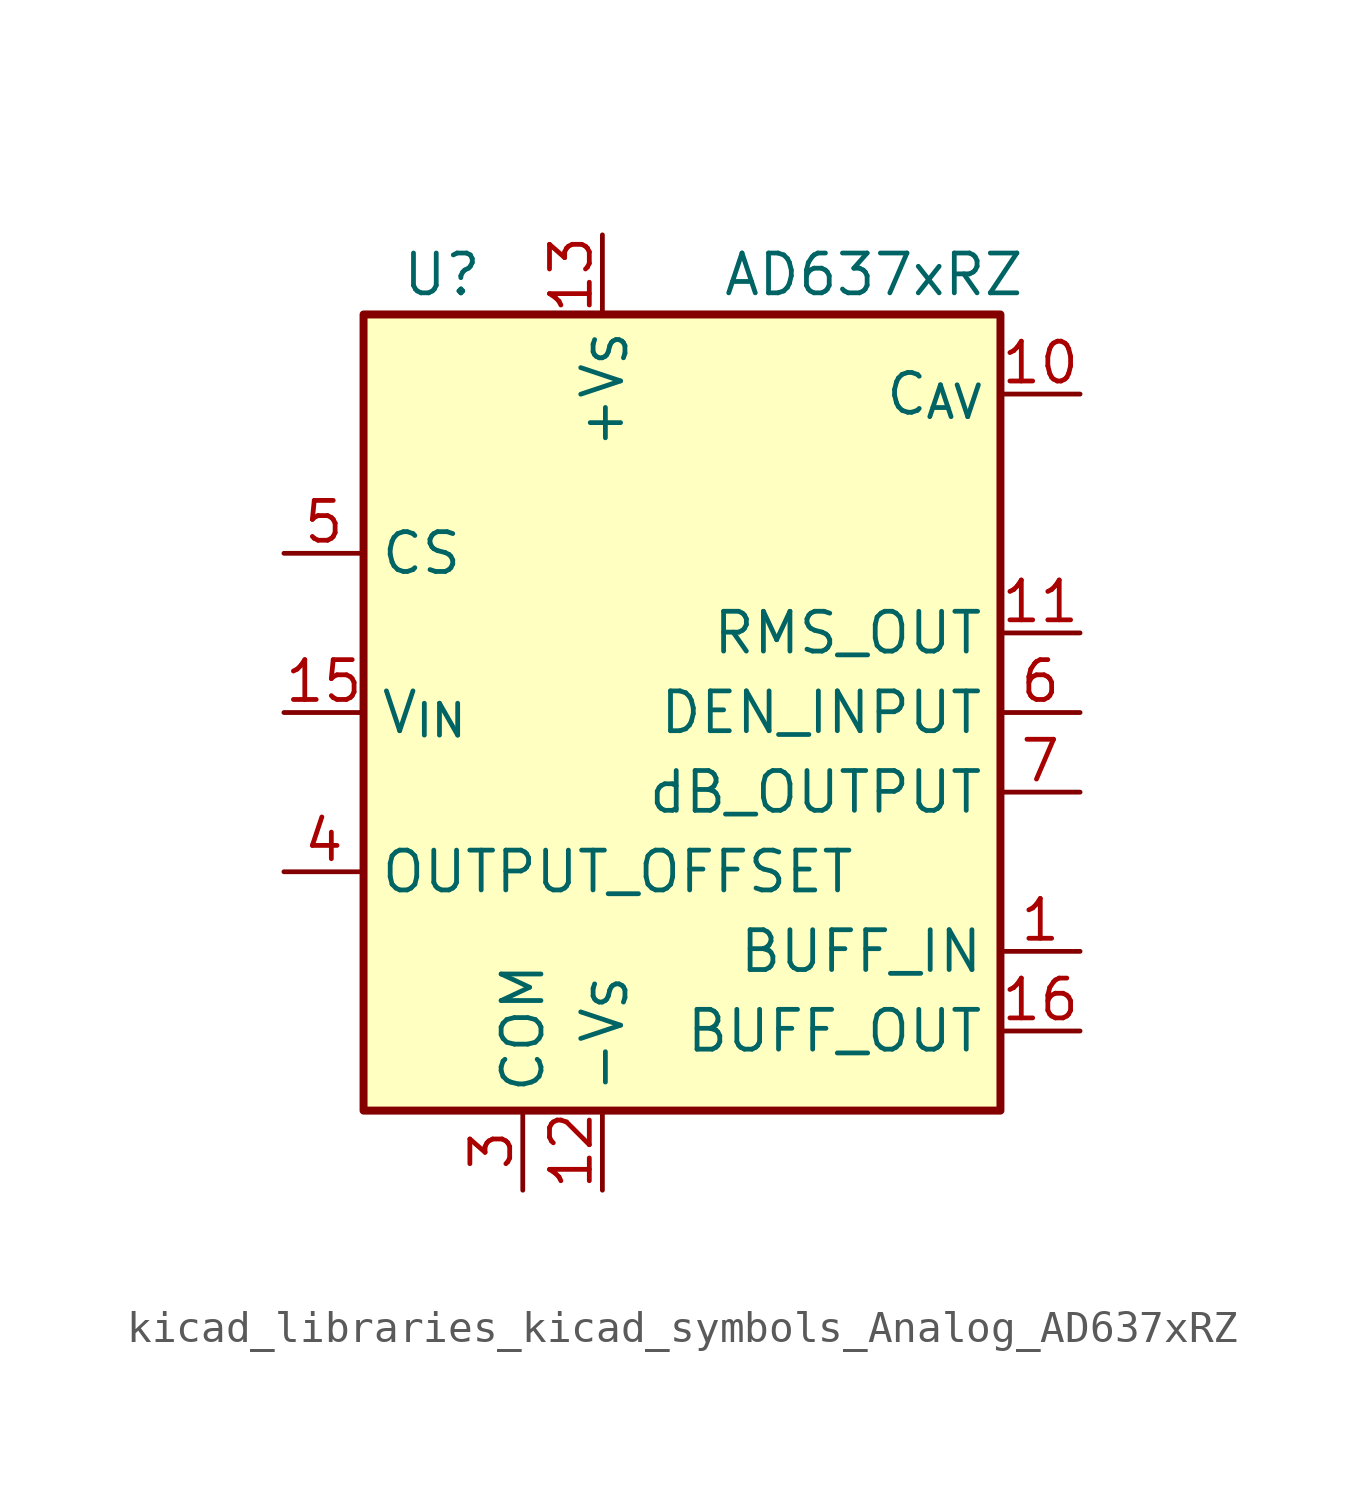
<source format=kicad_sym>
(kicad_symbol_lib
  (version 20220914)
  (generator kicad_symbol_editor)
  (symbol "kicad_libraries_kicad_symbols_Analog_AD637xRZ"
    (property "Reference" "U"
      (at -6.35 13.97 0)
      (effects (font (size 1.27 1.27)) (justify right)))
    (property "Value" "AD637xRZ"
      (at 1.27 13.97 0)
      (effects (font (size 1.27 1.27)) (justify left)))
    (symbol "kicad_libraries_kicad_symbols_Analog_AD637xRZ_0_1"
      (rectangle (start -10.16 12.7) (end 10.16 -12.7) (stroke (width 0.254) (type default)) (fill (type background))))
    (symbol "kicad_libraries_kicad_symbols_Analog_AD637xRZ_1_1"
      (pin input line (at 12.7 -7.62 180) (length 2.54) (name "BUFF_IN" (effects (font (size 1.27 1.27)))) (number "1" (effects (font (size 1.27 1.27)))))
      (pin passive line (at 12.7 10.16 180) (length 2.54) (name "C_{AV}" (effects (font (size 1.27 1.27)))) (number "10" (effects (font (size 1.27 1.27)))))
      (pin output line (at 12.7 2.54 180) (length 2.54) (name "RMS_OUT" (effects (font (size 1.27 1.27)))) (number "11" (effects (font (size 1.27 1.27)))))
      (pin power_in line (at -2.54 -15.24 90) (length 2.54) (name "-V_{S}" (effects (font (size 1.27 1.27)))) (number "12" (effects (font (size 1.27 1.27)))))
      (pin power_in line (at -2.54 15.24 270) (length 2.54) (name "+V_{S}" (effects (font (size 1.27 1.27)))) (number "13" (effects (font (size 1.27 1.27)))))
      (pin no_connect line (at -10.16 -7.62 0) (length 2.54) hide (name "NIC" (effects (font (size 1.27 1.27)))) (number "14" (effects (font (size 1.27 1.27)))))
      (pin input line (at -12.7 0 0) (length 2.54) (name "V_{IN}" (effects (font (size 1.27 1.27)))) (number "15" (effects (font (size 1.27 1.27)))))
      (pin output line (at 12.7 -10.16 180) (length 2.54) (name "BUFF_OUT" (effects (font (size 1.27 1.27)))) (number "16" (effects (font (size 1.27 1.27)))))
      (pin no_connect line (at -10.16 7.62 0) (length 2.54) hide (name "NIC" (effects (font (size 1.27 1.27)))) (number "2" (effects (font (size 1.27 1.27)))))
      (pin power_in line (at -5.08 -15.24 90) (length 2.54) (name "COM" (effects (font (size 1.27 1.27)))) (number "3" (effects (font (size 1.27 1.27)))))
      (pin input line (at -12.7 -5.08 0) (length 2.54) (name "OUTPUT_OFFSET" (effects (font (size 1.27 1.27)))) (number "4" (effects (font (size 1.27 1.27)))))
      (pin input line (at -12.7 5.08 0) (length 2.54) (name "CS" (effects (font (size 1.27 1.27)))) (number "5" (effects (font (size 1.27 1.27)))))
      (pin input line (at 12.7 0 180) (length 2.54) (name "DEN_INPUT" (effects (font (size 1.27 1.27)))) (number "6" (effects (font (size 1.27 1.27)))))
      (pin passive line (at 12.7 -2.54 180) (length 2.54) (name "dB_OUTPUT" (effects (font (size 1.27 1.27)))) (number "7" (effects (font (size 1.27 1.27)))))
      (pin no_connect line (at -10.16 2.54 0) (length 2.54) hide (name "NIC" (effects (font (size 1.27 1.27)))) (number "8" (effects (font (size 1.27 1.27)))))
      (pin no_connect line (at -10.16 -2.54 0) (length 2.54) hide (name "NIC" (effects (font (size 1.27 1.27)))) (number "9" (effects (font (size 1.27 1.27))))))))
</source>
